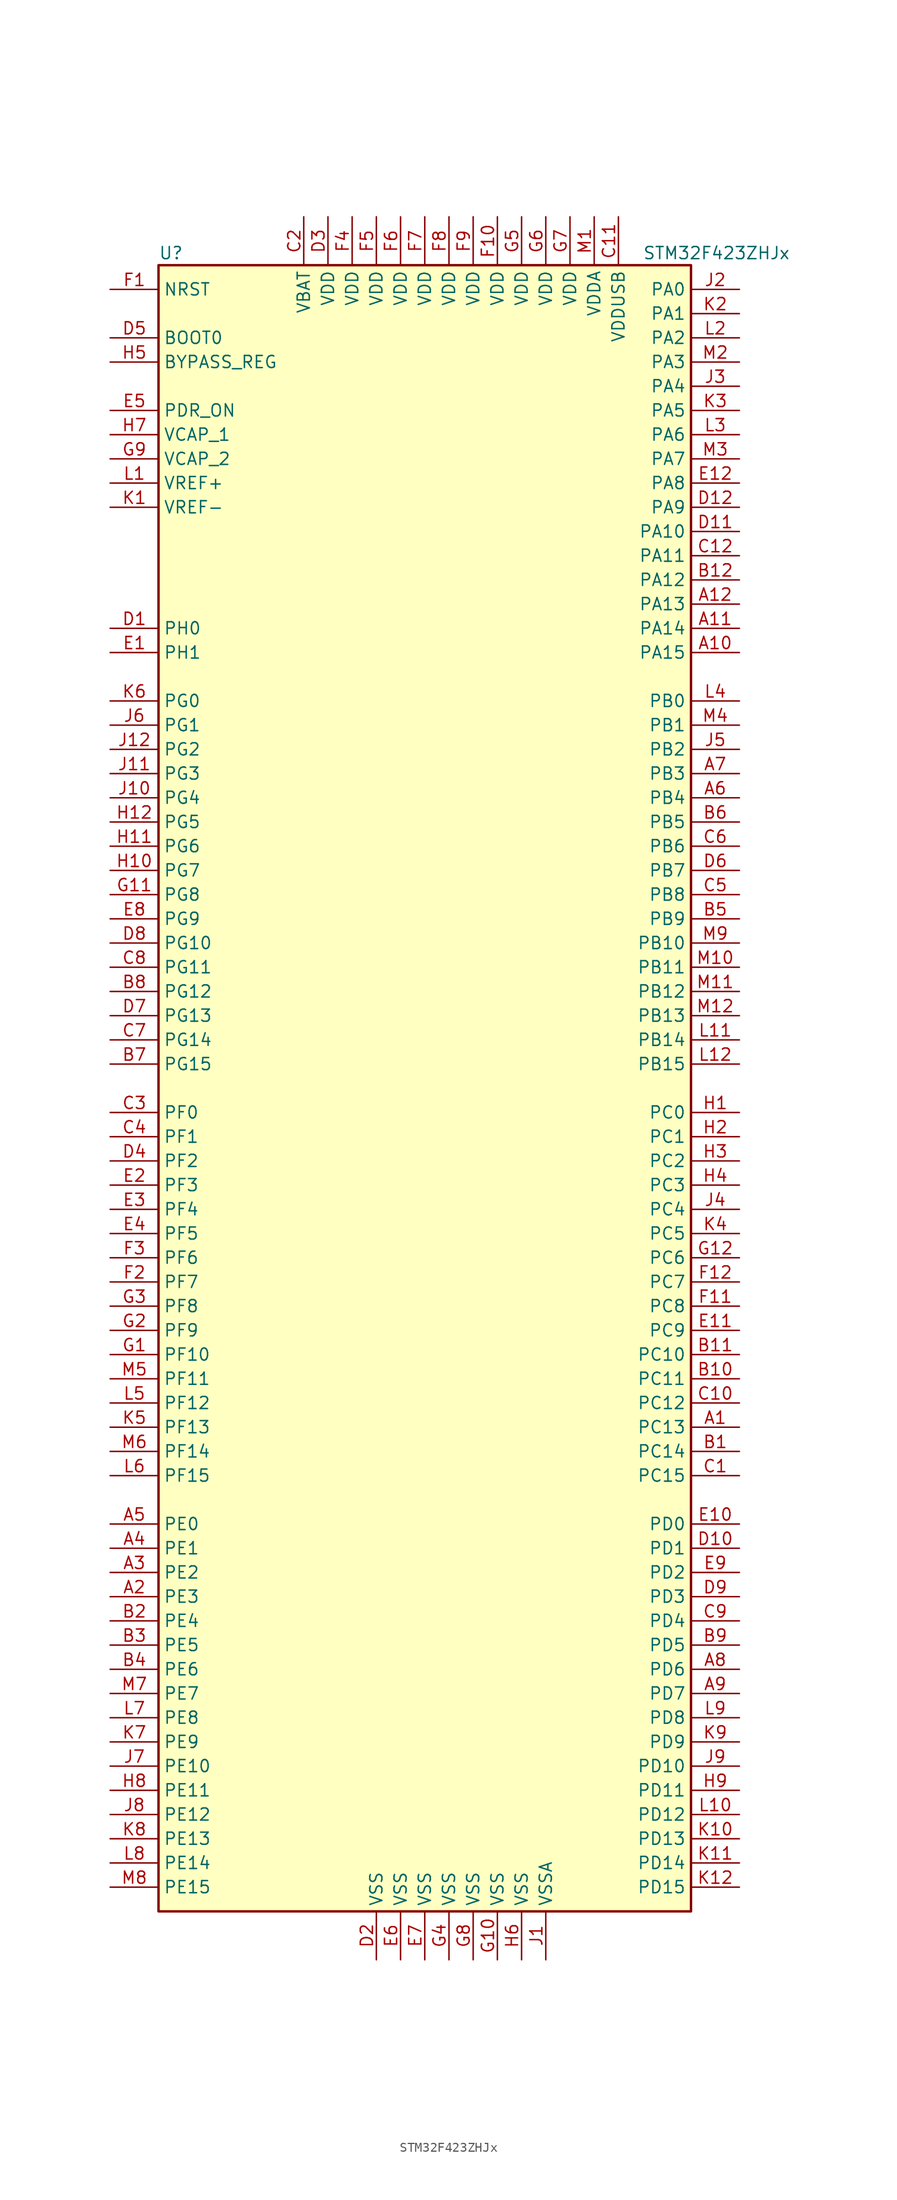
<source format=kicad_sym>
(kicad_symbol_lib
  (version 20201005)
  (generator kicad_symbol_editor)
  (symbol "STM32F423ZHJx"
    (property "Reference" "U"
      (at -27.94 87.63 0)
      (effects (font (size 1.27 1.27)) (justify left)))
    (property "Value" "STM32F423ZHJx"
      (at 22.86 87.63 0)
      (effects (font (size 1.27 1.27)) (justify left)))
    (symbol "STM32F423ZHJx_0_1"
      (rectangle (start -27.94 -86.36) (end 27.94 86.36) (stroke (width 0.254)) (fill (type background))))
    (symbol "STM32F423ZHJx_1_1"
      (pin input line (at -33.02 78.74 0) (length 5.08) (name "BOOT0" (effects (font (size 1.27 1.27)))) (number "D5" (effects (font (size 1.27 1.27)))))
      (pin input line (at -33.02 76.2 0) (length 5.08) (name "BYPASS_REG" (effects (font (size 1.27 1.27)))) (number "H5" (effects (font (size 1.27 1.27)))))
      (pin input line (at -33.02 83.82 0) (length 5.08) (name "NRST" (effects (font (size 1.27 1.27)))) (number "F1" (effects (font (size 1.27 1.27)))))
      (pin bidirectional line (at 33.02 83.82 180) (length 5.08) (name "PA0" (effects (font (size 1.27 1.27)))) (number "J2" (effects (font (size 1.27 1.27)))))
      (pin bidirectional line (at 33.02 81.28 180) (length 5.08) (name "PA1" (effects (font (size 1.27 1.27)))) (number "K2" (effects (font (size 1.27 1.27)))))
      (pin bidirectional line (at 33.02 58.42 180) (length 5.08) (name "PA10" (effects (font (size 1.27 1.27)))) (number "D11" (effects (font (size 1.27 1.27)))))
      (pin bidirectional line (at 33.02 55.88 180) (length 5.08) (name "PA11" (effects (font (size 1.27 1.27)))) (number "C12" (effects (font (size 1.27 1.27)))))
      (pin bidirectional line (at 33.02 53.34 180) (length 5.08) (name "PA12" (effects (font (size 1.27 1.27)))) (number "B12" (effects (font (size 1.27 1.27)))))
      (pin bidirectional line (at 33.02 50.8 180) (length 5.08) (name "PA13" (effects (font (size 1.27 1.27)))) (number "A12" (effects (font (size 1.27 1.27)))))
      (pin bidirectional line (at 33.02 48.26 180) (length 5.08) (name "PA14" (effects (font (size 1.27 1.27)))) (number "A11" (effects (font (size 1.27 1.27)))))
      (pin bidirectional line (at 33.02 45.72 180) (length 5.08) (name "PA15" (effects (font (size 1.27 1.27)))) (number "A10" (effects (font (size 1.27 1.27)))))
      (pin bidirectional line (at 33.02 78.74 180) (length 5.08) (name "PA2" (effects (font (size 1.27 1.27)))) (number "L2" (effects (font (size 1.27 1.27)))))
      (pin bidirectional line (at 33.02 76.2 180) (length 5.08) (name "PA3" (effects (font (size 1.27 1.27)))) (number "M2" (effects (font (size 1.27 1.27)))))
      (pin bidirectional line (at 33.02 73.66 180) (length 5.08) (name "PA4" (effects (font (size 1.27 1.27)))) (number "J3" (effects (font (size 1.27 1.27)))))
      (pin bidirectional line (at 33.02 71.12 180) (length 5.08) (name "PA5" (effects (font (size 1.27 1.27)))) (number "K3" (effects (font (size 1.27 1.27)))))
      (pin bidirectional line (at 33.02 68.58 180) (length 5.08) (name "PA6" (effects (font (size 1.27 1.27)))) (number "L3" (effects (font (size 1.27 1.27)))))
      (pin bidirectional line (at 33.02 66.04 180) (length 5.08) (name "PA7" (effects (font (size 1.27 1.27)))) (number "M3" (effects (font (size 1.27 1.27)))))
      (pin bidirectional line (at 33.02 63.5 180) (length 5.08) (name "PA8" (effects (font (size 1.27 1.27)))) (number "E12" (effects (font (size 1.27 1.27)))))
      (pin bidirectional line (at 33.02 60.96 180) (length 5.08) (name "PA9" (effects (font (size 1.27 1.27)))) (number "D12" (effects (font (size 1.27 1.27)))))
      (pin bidirectional line (at 33.02 40.64 180) (length 5.08) (name "PB0" (effects (font (size 1.27 1.27)))) (number "L4" (effects (font (size 1.27 1.27)))))
      (pin bidirectional line (at 33.02 38.1 180) (length 5.08) (name "PB1" (effects (font (size 1.27 1.27)))) (number "M4" (effects (font (size 1.27 1.27)))))
      (pin bidirectional line (at 33.02 15.24 180) (length 5.08) (name "PB10" (effects (font (size 1.27 1.27)))) (number "M9" (effects (font (size 1.27 1.27)))))
      (pin bidirectional line (at 33.02 12.7 180) (length 5.08) (name "PB11" (effects (font (size 1.27 1.27)))) (number "M10" (effects (font (size 1.27 1.27)))))
      (pin bidirectional line (at 33.02 10.16 180) (length 5.08) (name "PB12" (effects (font (size 1.27 1.27)))) (number "M11" (effects (font (size 1.27 1.27)))))
      (pin bidirectional line (at 33.02 7.62 180) (length 5.08) (name "PB13" (effects (font (size 1.27 1.27)))) (number "M12" (effects (font (size 1.27 1.27)))))
      (pin bidirectional line (at 33.02 5.08 180) (length 5.08) (name "PB14" (effects (font (size 1.27 1.27)))) (number "L11" (effects (font (size 1.27 1.27)))))
      (pin bidirectional line (at 33.02 2.54 180) (length 5.08) (name "PB15" (effects (font (size 1.27 1.27)))) (number "L12" (effects (font (size 1.27 1.27)))))
      (pin bidirectional line (at 33.02 35.56 180) (length 5.08) (name "PB2" (effects (font (size 1.27 1.27)))) (number "J5" (effects (font (size 1.27 1.27)))))
      (pin bidirectional line (at 33.02 33.02 180) (length 5.08) (name "PB3" (effects (font (size 1.27 1.27)))) (number "A7" (effects (font (size 1.27 1.27)))))
      (pin bidirectional line (at 33.02 30.48 180) (length 5.08) (name "PB4" (effects (font (size 1.27 1.27)))) (number "A6" (effects (font (size 1.27 1.27)))))
      (pin bidirectional line (at 33.02 27.94 180) (length 5.08) (name "PB5" (effects (font (size 1.27 1.27)))) (number "B6" (effects (font (size 1.27 1.27)))))
      (pin bidirectional line (at 33.02 25.4 180) (length 5.08) (name "PB6" (effects (font (size 1.27 1.27)))) (number "C6" (effects (font (size 1.27 1.27)))))
      (pin bidirectional line (at 33.02 22.86 180) (length 5.08) (name "PB7" (effects (font (size 1.27 1.27)))) (number "D6" (effects (font (size 1.27 1.27)))))
      (pin bidirectional line (at 33.02 20.32 180) (length 5.08) (name "PB8" (effects (font (size 1.27 1.27)))) (number "C5" (effects (font (size 1.27 1.27)))))
      (pin bidirectional line (at 33.02 17.78 180) (length 5.08) (name "PB9" (effects (font (size 1.27 1.27)))) (number "B5" (effects (font (size 1.27 1.27)))))
      (pin bidirectional line (at 33.02 -2.54 180) (length 5.08) (name "PC0" (effects (font (size 1.27 1.27)))) (number "H1" (effects (font (size 1.27 1.27)))))
      (pin bidirectional line (at 33.02 -5.08 180) (length 5.08) (name "PC1" (effects (font (size 1.27 1.27)))) (number "H2" (effects (font (size 1.27 1.27)))))
      (pin bidirectional line (at 33.02 -27.94 180) (length 5.08) (name "PC10" (effects (font (size 1.27 1.27)))) (number "B11" (effects (font (size 1.27 1.27)))))
      (pin bidirectional line (at 33.02 -30.48 180) (length 5.08) (name "PC11" (effects (font (size 1.27 1.27)))) (number "B10" (effects (font (size 1.27 1.27)))))
      (pin bidirectional line (at 33.02 -33.02 180) (length 5.08) (name "PC12" (effects (font (size 1.27 1.27)))) (number "C10" (effects (font (size 1.27 1.27)))))
      (pin bidirectional line (at 33.02 -35.56 180) (length 5.08) (name "PC13" (effects (font (size 1.27 1.27)))) (number "A1" (effects (font (size 1.27 1.27)))))
      (pin bidirectional line (at 33.02 -38.1 180) (length 5.08) (name "PC14" (effects (font (size 1.27 1.27)))) (number "B1" (effects (font (size 1.27 1.27)))))
      (pin bidirectional line (at 33.02 -40.64 180) (length 5.08) (name "PC15" (effects (font (size 1.27 1.27)))) (number "C1" (effects (font (size 1.27 1.27)))))
      (pin bidirectional line (at 33.02 -7.62 180) (length 5.08) (name "PC2" (effects (font (size 1.27 1.27)))) (number "H3" (effects (font (size 1.27 1.27)))))
      (pin bidirectional line (at 33.02 -10.16 180) (length 5.08) (name "PC3" (effects (font (size 1.27 1.27)))) (number "H4" (effects (font (size 1.27 1.27)))))
      (pin bidirectional line (at 33.02 -12.7 180) (length 5.08) (name "PC4" (effects (font (size 1.27 1.27)))) (number "J4" (effects (font (size 1.27 1.27)))))
      (pin bidirectional line (at 33.02 -15.24 180) (length 5.08) (name "PC5" (effects (font (size 1.27 1.27)))) (number "K4" (effects (font (size 1.27 1.27)))))
      (pin bidirectional line (at 33.02 -17.78 180) (length 5.08) (name "PC6" (effects (font (size 1.27 1.27)))) (number "G12" (effects (font (size 1.27 1.27)))))
      (pin bidirectional line (at 33.02 -20.32 180) (length 5.08) (name "PC7" (effects (font (size 1.27 1.27)))) (number "F12" (effects (font (size 1.27 1.27)))))
      (pin bidirectional line (at 33.02 -22.86 180) (length 5.08) (name "PC8" (effects (font (size 1.27 1.27)))) (number "F11" (effects (font (size 1.27 1.27)))))
      (pin bidirectional line (at 33.02 -25.4 180) (length 5.08) (name "PC9" (effects (font (size 1.27 1.27)))) (number "E11" (effects (font (size 1.27 1.27)))))
      (pin bidirectional line (at 33.02 -45.72 180) (length 5.08) (name "PD0" (effects (font (size 1.27 1.27)))) (number "E10" (effects (font (size 1.27 1.27)))))
      (pin bidirectional line (at 33.02 -48.26 180) (length 5.08) (name "PD1" (effects (font (size 1.27 1.27)))) (number "D10" (effects (font (size 1.27 1.27)))))
      (pin bidirectional line (at 33.02 -71.12 180) (length 5.08) (name "PD10" (effects (font (size 1.27 1.27)))) (number "J9" (effects (font (size 1.27 1.27)))))
      (pin bidirectional line (at 33.02 -73.66 180) (length 5.08) (name "PD11" (effects (font (size 1.27 1.27)))) (number "H9" (effects (font (size 1.27 1.27)))))
      (pin bidirectional line (at 33.02 -76.2 180) (length 5.08) (name "PD12" (effects (font (size 1.27 1.27)))) (number "L10" (effects (font (size 1.27 1.27)))))
      (pin bidirectional line (at 33.02 -78.74 180) (length 5.08) (name "PD13" (effects (font (size 1.27 1.27)))) (number "K10" (effects (font (size 1.27 1.27)))))
      (pin bidirectional line (at 33.02 -81.28 180) (length 5.08) (name "PD14" (effects (font (size 1.27 1.27)))) (number "K11" (effects (font (size 1.27 1.27)))))
      (pin bidirectional line (at 33.02 -83.82 180) (length 5.08) (name "PD15" (effects (font (size 1.27 1.27)))) (number "K12" (effects (font (size 1.27 1.27)))))
      (pin bidirectional line (at 33.02 -50.8 180) (length 5.08) (name "PD2" (effects (font (size 1.27 1.27)))) (number "E9" (effects (font (size 1.27 1.27)))))
      (pin bidirectional line (at 33.02 -53.34 180) (length 5.08) (name "PD3" (effects (font (size 1.27 1.27)))) (number "D9" (effects (font (size 1.27 1.27)))))
      (pin bidirectional line (at 33.02 -55.88 180) (length 5.08) (name "PD4" (effects (font (size 1.27 1.27)))) (number "C9" (effects (font (size 1.27 1.27)))))
      (pin bidirectional line (at 33.02 -58.42 180) (length 5.08) (name "PD5" (effects (font (size 1.27 1.27)))) (number "B9" (effects (font (size 1.27 1.27)))))
      (pin bidirectional line (at 33.02 -60.96 180) (length 5.08) (name "PD6" (effects (font (size 1.27 1.27)))) (number "A8" (effects (font (size 1.27 1.27)))))
      (pin bidirectional line (at 33.02 -63.5 180) (length 5.08) (name "PD7" (effects (font (size 1.27 1.27)))) (number "A9" (effects (font (size 1.27 1.27)))))
      (pin bidirectional line (at 33.02 -66.04 180) (length 5.08) (name "PD8" (effects (font (size 1.27 1.27)))) (number "L9" (effects (font (size 1.27 1.27)))))
      (pin bidirectional line (at 33.02 -68.58 180) (length 5.08) (name "PD9" (effects (font (size 1.27 1.27)))) (number "K9" (effects (font (size 1.27 1.27)))))
      (pin power_in line (at -33.02 71.12 0) (length 5.08) (name "PDR_ON" (effects (font (size 1.27 1.27)))) (number "E5" (effects (font (size 1.27 1.27)))))
      (pin bidirectional line (at -33.02 -45.72 0) (length 5.08) (name "PE0" (effects (font (size 1.27 1.27)))) (number "A5" (effects (font (size 1.27 1.27)))))
      (pin bidirectional line (at -33.02 -48.26 0) (length 5.08) (name "PE1" (effects (font (size 1.27 1.27)))) (number "A4" (effects (font (size 1.27 1.27)))))
      (pin bidirectional line (at -33.02 -71.12 0) (length 5.08) (name "PE10" (effects (font (size 1.27 1.27)))) (number "J7" (effects (font (size 1.27 1.27)))))
      (pin bidirectional line (at -33.02 -73.66 0) (length 5.08) (name "PE11" (effects (font (size 1.27 1.27)))) (number "H8" (effects (font (size 1.27 1.27)))))
      (pin bidirectional line (at -33.02 -76.2 0) (length 5.08) (name "PE12" (effects (font (size 1.27 1.27)))) (number "J8" (effects (font (size 1.27 1.27)))))
      (pin bidirectional line (at -33.02 -78.74 0) (length 5.08) (name "PE13" (effects (font (size 1.27 1.27)))) (number "K8" (effects (font (size 1.27 1.27)))))
      (pin bidirectional line (at -33.02 -81.28 0) (length 5.08) (name "PE14" (effects (font (size 1.27 1.27)))) (number "L8" (effects (font (size 1.27 1.27)))))
      (pin bidirectional line (at -33.02 -83.82 0) (length 5.08) (name "PE15" (effects (font (size 1.27 1.27)))) (number "M8" (effects (font (size 1.27 1.27)))))
      (pin bidirectional line (at -33.02 -50.8 0) (length 5.08) (name "PE2" (effects (font (size 1.27 1.27)))) (number "A3" (effects (font (size 1.27 1.27)))))
      (pin bidirectional line (at -33.02 -53.34 0) (length 5.08) (name "PE3" (effects (font (size 1.27 1.27)))) (number "A2" (effects (font (size 1.27 1.27)))))
      (pin bidirectional line (at -33.02 -55.88 0) (length 5.08) (name "PE4" (effects (font (size 1.27 1.27)))) (number "B2" (effects (font (size 1.27 1.27)))))
      (pin bidirectional line (at -33.02 -58.42 0) (length 5.08) (name "PE5" (effects (font (size 1.27 1.27)))) (number "B3" (effects (font (size 1.27 1.27)))))
      (pin bidirectional line (at -33.02 -60.96 0) (length 5.08) (name "PE6" (effects (font (size 1.27 1.27)))) (number "B4" (effects (font (size 1.27 1.27)))))
      (pin bidirectional line (at -33.02 -63.5 0) (length 5.08) (name "PE7" (effects (font (size 1.27 1.27)))) (number "M7" (effects (font (size 1.27 1.27)))))
      (pin bidirectional line (at -33.02 -66.04 0) (length 5.08) (name "PE8" (effects (font (size 1.27 1.27)))) (number "L7" (effects (font (size 1.27 1.27)))))
      (pin bidirectional line (at -33.02 -68.58 0) (length 5.08) (name "PE9" (effects (font (size 1.27 1.27)))) (number "K7" (effects (font (size 1.27 1.27)))))
      (pin bidirectional line (at -33.02 -2.54 0) (length 5.08) (name "PF0" (effects (font (size 1.27 1.27)))) (number "C3" (effects (font (size 1.27 1.27)))))
      (pin bidirectional line (at -33.02 -5.08 0) (length 5.08) (name "PF1" (effects (font (size 1.27 1.27)))) (number "C4" (effects (font (size 1.27 1.27)))))
      (pin bidirectional line (at -33.02 -27.94 0) (length 5.08) (name "PF10" (effects (font (size 1.27 1.27)))) (number "G1" (effects (font (size 1.27 1.27)))))
      (pin bidirectional line (at -33.02 -30.48 0) (length 5.08) (name "PF11" (effects (font (size 1.27 1.27)))) (number "M5" (effects (font (size 1.27 1.27)))))
      (pin bidirectional line (at -33.02 -33.02 0) (length 5.08) (name "PF12" (effects (font (size 1.27 1.27)))) (number "L5" (effects (font (size 1.27 1.27)))))
      (pin bidirectional line (at -33.02 -35.56 0) (length 5.08) (name "PF13" (effects (font (size 1.27 1.27)))) (number "K5" (effects (font (size 1.27 1.27)))))
      (pin bidirectional line (at -33.02 -38.1 0) (length 5.08) (name "PF14" (effects (font (size 1.27 1.27)))) (number "M6" (effects (font (size 1.27 1.27)))))
      (pin bidirectional line (at -33.02 -40.64 0) (length 5.08) (name "PF15" (effects (font (size 1.27 1.27)))) (number "L6" (effects (font (size 1.27 1.27)))))
      (pin bidirectional line (at -33.02 -7.62 0) (length 5.08) (name "PF2" (effects (font (size 1.27 1.27)))) (number "D4" (effects (font (size 1.27 1.27)))))
      (pin bidirectional line (at -33.02 -10.16 0) (length 5.08) (name "PF3" (effects (font (size 1.27 1.27)))) (number "E2" (effects (font (size 1.27 1.27)))))
      (pin bidirectional line (at -33.02 -12.7 0) (length 5.08) (name "PF4" (effects (font (size 1.27 1.27)))) (number "E3" (effects (font (size 1.27 1.27)))))
      (pin bidirectional line (at -33.02 -15.24 0) (length 5.08) (name "PF5" (effects (font (size 1.27 1.27)))) (number "E4" (effects (font (size 1.27 1.27)))))
      (pin bidirectional line (at -33.02 -17.78 0) (length 5.08) (name "PF6" (effects (font (size 1.27 1.27)))) (number "F3" (effects (font (size 1.27 1.27)))))
      (pin bidirectional line (at -33.02 -20.32 0) (length 5.08) (name "PF7" (effects (font (size 1.27 1.27)))) (number "F2" (effects (font (size 1.27 1.27)))))
      (pin bidirectional line (at -33.02 -22.86 0) (length 5.08) (name "PF8" (effects (font (size 1.27 1.27)))) (number "G3" (effects (font (size 1.27 1.27)))))
      (pin bidirectional line (at -33.02 -25.4 0) (length 5.08) (name "PF9" (effects (font (size 1.27 1.27)))) (number "G2" (effects (font (size 1.27 1.27)))))
      (pin bidirectional line (at -33.02 40.64 0) (length 5.08) (name "PG0" (effects (font (size 1.27 1.27)))) (number "K6" (effects (font (size 1.27 1.27)))))
      (pin bidirectional line (at -33.02 38.1 0) (length 5.08) (name "PG1" (effects (font (size 1.27 1.27)))) (number "J6" (effects (font (size 1.27 1.27)))))
      (pin bidirectional line (at -33.02 15.24 0) (length 5.08) (name "PG10" (effects (font (size 1.27 1.27)))) (number "D8" (effects (font (size 1.27 1.27)))))
      (pin bidirectional line (at -33.02 12.7 0) (length 5.08) (name "PG11" (effects (font (size 1.27 1.27)))) (number "C8" (effects (font (size 1.27 1.27)))))
      (pin bidirectional line (at -33.02 10.16 0) (length 5.08) (name "PG12" (effects (font (size 1.27 1.27)))) (number "B8" (effects (font (size 1.27 1.27)))))
      (pin bidirectional line (at -33.02 7.62 0) (length 5.08) (name "PG13" (effects (font (size 1.27 1.27)))) (number "D7" (effects (font (size 1.27 1.27)))))
      (pin bidirectional line (at -33.02 5.08 0) (length 5.08) (name "PG14" (effects (font (size 1.27 1.27)))) (number "C7" (effects (font (size 1.27 1.27)))))
      (pin bidirectional line (at -33.02 2.54 0) (length 5.08) (name "PG15" (effects (font (size 1.27 1.27)))) (number "B7" (effects (font (size 1.27 1.27)))))
      (pin bidirectional line (at -33.02 35.56 0) (length 5.08) (name "PG2" (effects (font (size 1.27 1.27)))) (number "J12" (effects (font (size 1.27 1.27)))))
      (pin bidirectional line (at -33.02 33.02 0) (length 5.08) (name "PG3" (effects (font (size 1.27 1.27)))) (number "J11" (effects (font (size 1.27 1.27)))))
      (pin bidirectional line (at -33.02 30.48 0) (length 5.08) (name "PG4" (effects (font (size 1.27 1.27)))) (number "J10" (effects (font (size 1.27 1.27)))))
      (pin bidirectional line (at -33.02 27.94 0) (length 5.08) (name "PG5" (effects (font (size 1.27 1.27)))) (number "H12" (effects (font (size 1.27 1.27)))))
      (pin bidirectional line (at -33.02 25.4 0) (length 5.08) (name "PG6" (effects (font (size 1.27 1.27)))) (number "H11" (effects (font (size 1.27 1.27)))))
      (pin bidirectional line (at -33.02 22.86 0) (length 5.08) (name "PG7" (effects (font (size 1.27 1.27)))) (number "H10" (effects (font (size 1.27 1.27)))))
      (pin bidirectional line (at -33.02 20.32 0) (length 5.08) (name "PG8" (effects (font (size 1.27 1.27)))) (number "G11" (effects (font (size 1.27 1.27)))))
      (pin bidirectional line (at -33.02 17.78 0) (length 5.08) (name "PG9" (effects (font (size 1.27 1.27)))) (number "E8" (effects (font (size 1.27 1.27)))))
      (pin input line (at -33.02 48.26 0) (length 5.08) (name "PH0" (effects (font (size 1.27 1.27)))) (number "D1" (effects (font (size 1.27 1.27)))))
      (pin input line (at -33.02 45.72 0) (length 5.08) (name "PH1" (effects (font (size 1.27 1.27)))) (number "E1" (effects (font (size 1.27 1.27)))))
      (pin power_in line (at -12.7 91.44 270) (length 5.08) (name "VBAT" (effects (font (size 1.27 1.27)))) (number "C2" (effects (font (size 1.27 1.27)))))
      (pin power_in line (at -33.02 68.58 0) (length 5.08) (name "VCAP_1" (effects (font (size 1.27 1.27)))) (number "H7" (effects (font (size 1.27 1.27)))))
      (pin power_in line (at -33.02 66.04 0) (length 5.08) (name "VCAP_2" (effects (font (size 1.27 1.27)))) (number "G9" (effects (font (size 1.27 1.27)))))
      (pin power_in line (at -10.16 91.44 270) (length 5.08) (name "VDD" (effects (font (size 1.27 1.27)))) (number "D3" (effects (font (size 1.27 1.27)))))
      (pin power_in line (at 7.62 91.44 270) (length 5.08) (name "VDD" (effects (font (size 1.27 1.27)))) (number "F10" (effects (font (size 1.27 1.27)))))
      (pin power_in line (at -7.62 91.44 270) (length 5.08) (name "VDD" (effects (font (size 1.27 1.27)))) (number "F4" (effects (font (size 1.27 1.27)))))
      (pin power_in line (at -5.08 91.44 270) (length 5.08) (name "VDD" (effects (font (size 1.27 1.27)))) (number "F5" (effects (font (size 1.27 1.27)))))
      (pin power_in line (at -2.54 91.44 270) (length 5.08) (name "VDD" (effects (font (size 1.27 1.27)))) (number "F6" (effects (font (size 1.27 1.27)))))
      (pin power_in line (at 0 91.44 270) (length 5.08) (name "VDD" (effects (font (size 1.27 1.27)))) (number "F7" (effects (font (size 1.27 1.27)))))
      (pin power_in line (at 2.54 91.44 270) (length 5.08) (name "VDD" (effects (font (size 1.27 1.27)))) (number "F8" (effects (font (size 1.27 1.27)))))
      (pin power_in line (at 5.08 91.44 270) (length 5.08) (name "VDD" (effects (font (size 1.27 1.27)))) (number "F9" (effects (font (size 1.27 1.27)))))
      (pin power_in line (at 10.16 91.44 270) (length 5.08) (name "VDD" (effects (font (size 1.27 1.27)))) (number "G5" (effects (font (size 1.27 1.27)))))
      (pin power_in line (at 12.7 91.44 270) (length 5.08) (name "VDD" (effects (font (size 1.27 1.27)))) (number "G6" (effects (font (size 1.27 1.27)))))
      (pin power_in line (at 15.24 91.44 270) (length 5.08) (name "VDD" (effects (font (size 1.27 1.27)))) (number "G7" (effects (font (size 1.27 1.27)))))
      (pin power_in line (at 17.78 91.44 270) (length 5.08) (name "VDDA" (effects (font (size 1.27 1.27)))) (number "M1" (effects (font (size 1.27 1.27)))))
      (pin power_in line (at 20.32 91.44 270) (length 5.08) (name "VDDUSB" (effects (font (size 1.27 1.27)))) (number "C11" (effects (font (size 1.27 1.27)))))
      (pin power_in line (at -33.02 63.5 0) (length 5.08) (name "VREF+" (effects (font (size 1.27 1.27)))) (number "L1" (effects (font (size 1.27 1.27)))))
      (pin power_in line (at -33.02 60.96 0) (length 5.08) (name "VREF-" (effects (font (size 1.27 1.27)))) (number "K1" (effects (font (size 1.27 1.27)))))
      (pin power_in line (at -5.08 -91.44 90) (length 5.08) (name "VSS" (effects (font (size 1.27 1.27)))) (number "D2" (effects (font (size 1.27 1.27)))))
      (pin power_in line (at -2.54 -91.44 90) (length 5.08) (name "VSS" (effects (font (size 1.27 1.27)))) (number "E6" (effects (font (size 1.27 1.27)))))
      (pin power_in line (at 0 -91.44 90) (length 5.08) (name "VSS" (effects (font (size 1.27 1.27)))) (number "E7" (effects (font (size 1.27 1.27)))))
      (pin power_in line (at 7.62 -91.44 90) (length 5.08) (name "VSS" (effects (font (size 1.27 1.27)))) (number "G10" (effects (font (size 1.27 1.27)))))
      (pin power_in line (at 2.54 -91.44 90) (length 5.08) (name "VSS" (effects (font (size 1.27 1.27)))) (number "G4" (effects (font (size 1.27 1.27)))))
      (pin power_in line (at 5.08 -91.44 90) (length 5.08) (name "VSS" (effects (font (size 1.27 1.27)))) (number "G8" (effects (font (size 1.27 1.27)))))
      (pin power_in line (at 10.16 -91.44 90) (length 5.08) (name "VSS" (effects (font (size 1.27 1.27)))) (number "H6" (effects (font (size 1.27 1.27)))))
      (pin power_in line (at 12.7 -91.44 90) (length 5.08) (name "VSSA" (effects (font (size 1.27 1.27)))) (number "J1" (effects (font (size 1.27 1.27))))))))
</source>
